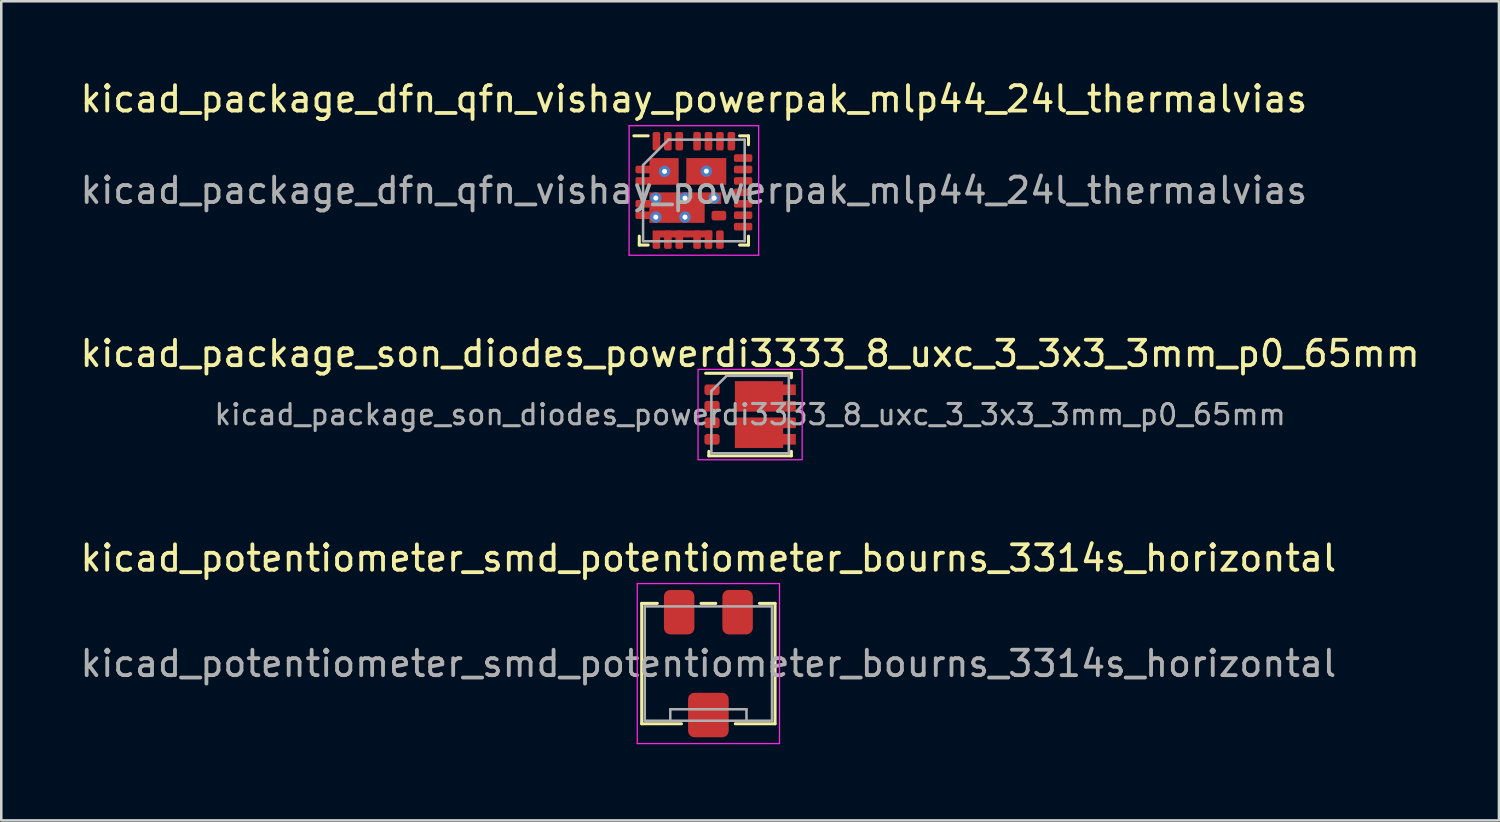
<source format=kicad_pcb>
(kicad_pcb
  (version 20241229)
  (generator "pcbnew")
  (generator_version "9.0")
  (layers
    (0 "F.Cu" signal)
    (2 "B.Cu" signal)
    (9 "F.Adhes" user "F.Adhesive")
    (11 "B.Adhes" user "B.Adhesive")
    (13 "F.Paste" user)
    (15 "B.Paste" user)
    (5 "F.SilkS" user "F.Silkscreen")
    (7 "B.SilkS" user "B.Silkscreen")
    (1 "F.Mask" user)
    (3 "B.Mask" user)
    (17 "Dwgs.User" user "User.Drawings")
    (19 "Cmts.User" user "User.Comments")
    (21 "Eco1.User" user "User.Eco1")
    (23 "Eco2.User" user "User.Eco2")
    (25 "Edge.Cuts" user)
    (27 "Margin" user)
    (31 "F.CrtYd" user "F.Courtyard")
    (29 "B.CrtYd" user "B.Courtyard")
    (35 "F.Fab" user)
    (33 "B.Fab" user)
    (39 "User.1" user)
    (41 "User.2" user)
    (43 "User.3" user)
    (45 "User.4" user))
  (footprint "kicad_potentiometer_smd_potentiometer_bourns_3314s_horizontal"
    (layer "F.Cu")
    (at 24.839 23.075)
    (property "Reference" "kicad_potentiometer_smd_potentiometer_bourns_3314s_horizontal" (at 0 -4.15 0) (layer "F.SilkS") (effects (font (size 1 1) (thickness 0.15))))
    (attr smd)
    (fp_line (start -2.625 -2.37) (end -2.625 2.37) (stroke (width 0.12) (type solid)) (layer "F.SilkS"))
    (fp_line (start -2.625 -2.37) (end -2.01 -2.37) (stroke (width 0.12) (type solid)) (layer "F.SilkS"))
    (fp_line (start -2.625 2.37) (end -1.06 2.37) (stroke (width 0.12) (type solid)) (layer "F.SilkS"))
    (fp_line (start -0.29 -2.37) (end 0.29 -2.37) (stroke (width 0.12) (type solid)) (layer "F.SilkS"))
    (fp_line (start 1.06 2.37) (end 2.625 2.37) (stroke (width 0.12) (type solid)) (layer "F.SilkS"))
    (fp_line (start 2.01 -2.37) (end 2.625 -2.37) (stroke (width 0.12) (type solid)) (layer "F.SilkS"))
    (fp_line (start 2.625 -2.37) (end 2.625 2.37) (stroke (width 0.12) (type solid)) (layer "F.SilkS"))
    (fp_line (start -2.8 -3.15) (end -2.8 3.15) (stroke (width 0.05) (type solid)) (layer "F.CrtYd"))
    (fp_line (start -2.8 3.15) (end 2.8 3.15) (stroke (width 0.05) (type solid)) (layer "F.CrtYd"))
    (fp_line (start 2.8 -3.15) (end -2.8 -3.15) (stroke (width 0.05) (type solid)) (layer "F.CrtYd"))
    (fp_line (start 2.8 3.15) (end 2.8 -3.15) (stroke (width 0.05) (type solid)) (layer "F.CrtYd"))
    (fp_line (start -2.505 -2.25) (end -2.505 2.25) (stroke (width 0.1) (type solid)) (layer "F.Fab"))
    (fp_line (start -2.505 2.25) (end 2.505 2.25) (stroke (width 0.1) (type solid)) (layer "F.Fab"))
    (fp_line (start -1.5 1.8) (end -1.5 2.25) (stroke (width 0.1) (type solid)) (layer "F.Fab"))
    (fp_line (start 1.5 1.8) (end -1.5 1.8) (stroke (width 0.1) (type solid)) (layer "F.Fab"))
    (fp_line (start 1.5 1.8) (end 1.5 2.25) (stroke (width 0.1) (type solid)) (layer "F.Fab"))
    (fp_line (start 2.505 -2.25) (end -2.505 -2.25) (stroke (width 0.1) (type solid)) (layer "F.Fab"))
    (fp_line (start 2.505 2.25) (end 2.505 -2.25) (stroke (width 0.1) (type solid)) (layer "F.Fab"))
    (fp_text user "${REFERENCE}" (at 0 0 0) (layer "F.Fab") (effects (font (size 1 1) (thickness 0.15))))
    (pad "1" smd roundrect (at -1.15 -2.025) (size 1.2 1.75) (layers "F.Cu" "F.Mask" "F.Paste") (roundrect_rratio 0.208))
    (pad "2" smd roundrect (at 0 2.025) (size 1.6 1.75) (layers "F.Cu" "F.Mask" "F.Paste") (roundrect_rratio 0.156))
    (pad "3" smd roundrect (at 1.15 -2.025) (size 1.2 1.75) (layers "F.Cu" "F.Mask" "F.Paste") (roundrect_rratio 0.211)))
  (footprint "kicad_package_son_diodes_powerdi3333_8_uxc_3_3x3_3mm_p0_65mm"
    (layer "F.Cu")
    (at 26.482 13.271)
    (property "Reference" "kicad_package_son_diodes_powerdi3333_8_uxc_3_3x3_3mm_p0_65mm" (at 0 -2.4 0) (layer "F.SilkS") (effects (font (size 1 1) (thickness 0.15))))
    (attr smd)
    (fp_line (start -1.75 -1.625) (end 1.625 -1.625) (stroke (width 0.12) (type solid)) (layer "F.SilkS"))
    (fp_line (start -1.625 1.625) (end -1.625 1.45) (stroke (width 0.12) (type solid)) (layer "F.SilkS"))
    (fp_line (start -1.625 1.625) (end 1.625 1.625) (stroke (width 0.12) (type solid)) (layer "F.SilkS"))
    (fp_line (start 1.625 -1.45) (end 1.625 -1.625) (stroke (width 0.12) (type solid)) (layer "F.SilkS"))
    (fp_line (start 1.625 1.45) (end 1.625 1.625) (stroke (width 0.12) (type solid)) (layer "F.SilkS"))
    (fp_rect (start -2.05 -1.78) (end 2.05 1.78) (stroke (width 0.05) (type default)) (fill no) (layer "F.CrtYd"))
    (fp_line (start -1.525 -0.925) (end -1.525 1.525) (stroke (width 0.1) (type solid)) (layer "F.Fab"))
    (fp_line (start -1.525 1.525) (end 1.525 1.525) (stroke (width 0.1) (type solid)) (layer "F.Fab"))
    (fp_line (start -0.925 -1.525) (end -1.525 -0.925) (stroke (width 0.1) (type solid)) (layer "F.Fab"))
    (fp_line (start -0.925 -1.525) (end 1.525 -1.525) (stroke (width 0.1) (type solid)) (layer "F.Fab"))
    (fp_line (start 1.525 -1.525) (end 1.525 1.525) (stroke (width 0.1) (type solid)) (layer "F.Fab"))
    (fp_text user "${REFERENCE}" (at 0 0 180) (layer "F.Fab") (effects (font (size 0.8 0.8) (thickness 0.12))))
    (pad "1" smd roundrect (at -1.5 -0.975 270) (size 0.42 0.6) (layers "F.Cu" "F.Mask" "F.Paste") (roundrect_rratio 0.25))
    (pad "2" smd roundrect (at -1.5 -0.325 270) (size 0.42 0.6) (layers "F.Cu" "F.Mask" "F.Paste") (roundrect_rratio 0.25))
    (pad "3" smd roundrect (at -1.5 0.325 270) (size 0.42 0.6) (layers "F.Cu" "F.Mask" "F.Paste") (roundrect_rratio 0.25))
    (pad "4" smd roundrect (at -1.5 0.975 270) (size 0.42 0.6) (layers "F.Cu" "F.Mask" "F.Paste") (roundrect_rratio 0.25))
    (pad "5" smd custom (at 0.35 0.715 270) (size 1 1) (layers "F.Cu" "F.Mask" "F.Paste") (options (anchor rect)) (primitives (gr_poly (pts (xy -0.6 0.95) (xy 0.6 0.95) (xy 0.6 -0.95) (xy 0.47 -0.95) (xy 0.47 -1.45) (xy 0.05 -1.45) (xy 0.05 -0.95) (xy -0.18 -0.95) (xy -0.18 -1.45) (xy -0.6 -1.45)) (width 0) (fill yes))))
    (pad "7" smd custom (at 0.35 -0.715 270) (size 1 1) (layers "F.Cu" "F.Mask" "F.Paste") (options (anchor rect)) (primitives (gr_poly (pts (xy 0.6 0.95) (xy -0.6 0.95) (xy -0.6 -0.95) (xy -0.47 -0.95) (xy -0.47 -1.45) (xy -0.05 -1.45) (xy -0.05 -0.95) (xy 0.18 -0.95) (xy 0.18 -1.45) (xy 0.6 -1.45)) (width 0) (fill yes)))))
  (footprint "kicad_package_dfn_qfn_vishay_powerpak_mlp44_24l_thermalvias"
    (layer "F.Cu")
    (at 24.268 4.448)
    (property "Reference" "kicad_package_dfn_qfn_vishay_powerpak_mlp44_24l_thermalvias" (at 0 -3.6 0) (layer "F.SilkS") (effects (font (size 1 1) (thickness 0.15))))
    (attr smd)
    (fp_line (start -2.15 2.15) (end -2.15 1.8) (stroke (width 0.12) (type solid)) (layer "F.SilkS"))
    (fp_line (start -1.8 -2.15) (end -2.362 -2.15) (stroke (width 0.12) (type solid)) (layer "F.SilkS"))
    (fp_line (start -1.8 2.15) (end -2.15 2.15) (stroke (width 0.12) (type solid)) (layer "F.SilkS"))
    (fp_line (start 1.8 -2.15) (end 2.15 -2.15) (stroke (width 0.12) (type solid)) (layer "F.SilkS"))
    (fp_line (start 1.8 2.15) (end 2.15 2.15) (stroke (width 0.12) (type solid)) (layer "F.SilkS"))
    (fp_line (start 2.15 -2.15) (end 2.15 -1.8) (stroke (width 0.12) (type solid)) (layer "F.SilkS"))
    (fp_line (start 2.15 2.15) (end 2.15 1.8) (stroke (width 0.12) (type solid)) (layer "F.SilkS"))
    (fp_line (start -2.55 -2.55) (end 2.55 -2.55) (stroke (width 0.05) (type solid)) (layer "F.CrtYd"))
    (fp_line (start -2.55 2.55) (end -2.55 -2.55) (stroke (width 0.05) (type solid)) (layer "F.CrtYd"))
    (fp_line (start 2.55 -2.55) (end 2.55 2.55) (stroke (width 0.05) (type solid)) (layer "F.CrtYd"))
    (fp_line (start 2.55 2.55) (end -2.55 2.55) (stroke (width 0.05) (type solid)) (layer "F.CrtYd"))
    (fp_line (start -2 -1) (end -2 2) (stroke (width 0.1) (type solid)) (layer "F.Fab"))
    (fp_line (start -2 2) (end 2 2) (stroke (width 0.1) (type solid)) (layer "F.Fab"))
    (fp_line (start -1 -2) (end -2 -1) (stroke (width 0.1) (type solid)) (layer "F.Fab"))
    (fp_line (start 2 -2) (end -1 -2) (stroke (width 0.1) (type solid)) (layer "F.Fab"))
    (fp_line (start 2 2) (end 2 -2) (stroke (width 0.1) (type solid)) (layer "F.Fab"))
    (fp_text user "${REFERENCE}" (at 0 0 0) (layer "F.Fab") (effects (font (size 1 1) (thickness 0.15))))
    (pad "1" smd roundrect (at -1.938 -0.825 90) (size 0.3 0.725) (layers "F.Cu" "F.Mask" "F.Paste") (roundrect_rratio 0.25))
    (pad "2" smd roundrect (at -1.938 -0.375 90) (size 0.3 0.725) (layers "F.Cu" "F.Mask" "F.Paste") (roundrect_rratio 0.25))
    (pad "3" smd roundrect (at -1.938 0.525 90) (size 0.3 0.725) (layers "F.Cu" "F.Mask" "F.Paste") (roundrect_rratio 0.25))
    (pad "4" smd roundrect (at -1.938 0.975 90) (size 0.3 0.725) (layers "F.Cu" "F.Mask" "F.Paste") (roundrect_rratio 0.25))
    (pad "5" smd custom (at -1.475 1.938) (size 0.3 0.725) (layers "F.Cu" "F.Mask" "F.Paste") (options (anchor circle)) (primitives (gr_poly (pts (xy -0.15 -0.287) (xy -0.144 -0.316) (xy -0.128 -0.341) (xy -0.104 -0.357) (xy -0.075 -0.362) (xy 0.075 -0.362) (xy 0.104 -0.357) (xy 0.128 -0.341) (xy 0.144 -0.316) (xy 0.15 -0.287) (xy 0.15 0.287) (xy 0.144 0.316) (xy 0.128 0.341) (xy 0.104 0.357) (xy 0.075 0.362) (xy -0.075 0.362) (xy -0.104 0.357) (xy -0.128 0.341) (xy -0.144 0.316) (xy -0.15 0.287)) (width 0) (fill yes)) (gr_poly (pts (xy -0.15 -0.362) (xy 2.2 -0.362) (xy 2.2 -0.087) (xy -0.15 -0.087)) (width 0) (fill yes))))
    (pad "6" smd roundrect (at -1.025 1.938) (size 0.3 0.725) (layers "F.Cu" "F.Mask" "F.Paste") (roundrect_rratio 0.25))
    (pad "7" smd roundrect (at -0.575 1.938) (size 0.3 0.725) (layers "F.Cu" "F.Mask" "F.Paste") (roundrect_rratio 0.25))
    (pad "8" smd roundrect (at 0.125 1.938) (size 0.3 0.725) (layers "F.Cu" "F.Mask" "F.Paste") (roundrect_rratio 0.25))
    (pad "9" smd roundrect (at 0.575 1.938) (size 0.3 0.725) (layers "F.Cu" "F.Mask" "F.Paste") (roundrect_rratio 0.25))
    (pad "10" smd roundrect (at 1.025 1.935) (size 0.3 0.725) (layers "F.Cu" "F.Mask" "F.Paste") (roundrect_rratio 0.25))
    (pad "11" smd roundrect (at 1.938 1.425 90) (size 0.3 0.725) (layers "F.Cu" "F.Mask" "F.Paste") (roundrect_rratio 0.25))
    (pad "12" smd roundrect (at 1.938 0.975 90) (size 0.3 0.725) (layers "F.Cu" "F.Mask" "F.Paste") (roundrect_rratio 0.25))
    (pad "13" smd roundrect (at 1.938 0.525 90) (size 0.3 0.725) (layers "F.Cu" "F.Mask" "F.Paste") (roundrect_rratio 0.25))
    (pad "14" smd roundrect (at 1.938 0.075 90) (size 0.3 0.725) (layers "F.Cu" "F.Mask" "F.Paste") (roundrect_rratio 0.25))
    (pad "15" smd roundrect (at 1.938 -0.375 90) (size 0.3 0.725) (layers "F.Cu" "F.Mask" "F.Paste") (roundrect_rratio 0.25))
    (pad "16" smd roundrect (at 1.938 -0.825 90) (size 0.3 0.725) (layers "F.Cu" "F.Mask" "F.Paste") (roundrect_rratio 0.25))
    (pad "17" smd roundrect (at 1.938 -1.275 90) (size 0.3 0.725) (layers "F.Cu" "F.Mask" "F.Paste") (roundrect_rratio 0.25))
    (pad "18" smd roundrect (at 1.475 -1.938) (size 0.3 0.725) (layers "F.Cu" "F.Mask" "F.Paste") (roundrect_rratio 0.25))
    (pad "19" smd roundrect (at 1.025 -1.938) (size 0.3 0.725) (layers "F.Cu" "F.Mask" "F.Paste") (roundrect_rratio 0.25))
    (pad "20" smd roundrect (at 0.575 -1.938) (size 0.3 0.725) (layers "F.Cu" "F.Mask" "F.Paste") (roundrect_rratio 0.25))
    (pad "21" smd roundrect (at 0.125 -1.938) (size 0.3 0.725) (layers "F.Cu" "F.Mask" "F.Paste") (roundrect_rratio 0.25))
    (pad "22" smd roundrect (at -0.575 -1.938) (size 0.3 0.725) (layers "F.Cu" "F.Mask" "F.Paste") (roundrect_rratio 0.25))
    (pad "23" smd roundrect (at -1.025 -1.938) (size 0.3 0.725) (layers "F.Cu" "F.Mask" "F.Paste") (roundrect_rratio 0.25))
    (pad "24" smd roundrect (at -1.475 -1.938) (size 0.3 0.725) (layers "F.Cu" "F.Mask" "F.Paste") (roundrect_rratio 0.25))
    (pad "25" smd rect (at 0.487 -0.75 180) (size 1.575 1.05) (layers "F.Cu" "F.Mask" "F.Paste"))
    (pad "25" thru_hole circle (at 0.49 -0.76) (size 0.45 0.45) (drill 0.2) (property pad_prop_heatsink) (layers "*.Cu" "F.Mask"))
    (pad "26" smd rect (at -1.175 -0.75 180) (size 1.15 1.05) (layers "F.Cu" "F.Mask" "F.Paste"))
    (pad "26" thru_hole circle (at -1.155 -0.75) (size 0.45 0.45) (drill 0.2) (property pad_prop_heatsink) (layers "*.Cu" "F.Mask"))
    (pad "27" thru_hole circle (at -1.5 0.3) (size 0.45 0.45) (drill 0.2) (property pad_prop_heatsink) (layers "*.Cu" "F.Mask"))
    (pad "27" thru_hole circle (at -1.5 1.05) (size 0.45 0.45) (drill 0.2) (property pad_prop_heatsink) (layers "*.Cu" "F.Mask"))
    (pad "27" smd custom (at -0.75 0.775) (size 1 1) (layers "F.Cu" "F.Mask" "F.Paste") (options (anchor rect)) (primitives (gr_poly (pts (xy -1 0.5) (xy -1 -0.7) (xy 1.825 -0.7) (xy 1.825 -0.245) (xy 1.175 -0.245) (xy 1.175 0.5)) (width 0) (fill yes))))
    (pad "27" thru_hole circle (at -0.35 0.3) (size 0.45 0.45) (drill 0.2) (property pad_prop_heatsink) (layers "*.Cu" "F.Mask"))
    (pad "27" thru_hole circle (at -0.35 1.05) (size 0.45 0.45) (drill 0.2) (property pad_prop_heatsink) (layers "*.Cu" "F.Mask"))
    (pad "27" thru_hole circle (at 0.8 0.3) (size 0.45 0.45) (drill 0.2) (property pad_prop_heatsink) (layers "*.Cu" "F.Mask"))
    (pad "28" smd roundrect (at 0.985 0.99 180) (size 0.58 0.38) (layers "F.Cu" "F.Mask" "F.Paste") (roundrect_rratio 0.25)))
  (gr_rect
    (start -3 -3)
    (end 55.964 29.25)
    (stroke (width 0.1) (type default))
    (fill no)
    (layer "Edge.Cuts")))
</source>
